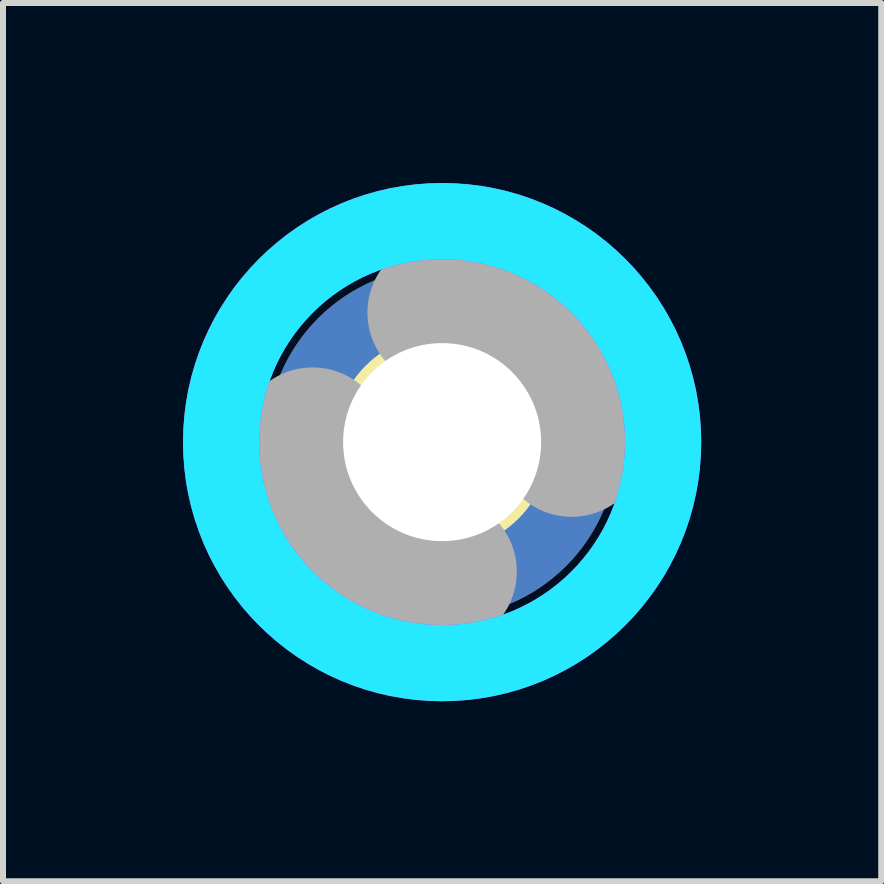
<source format=kicad_pcb>
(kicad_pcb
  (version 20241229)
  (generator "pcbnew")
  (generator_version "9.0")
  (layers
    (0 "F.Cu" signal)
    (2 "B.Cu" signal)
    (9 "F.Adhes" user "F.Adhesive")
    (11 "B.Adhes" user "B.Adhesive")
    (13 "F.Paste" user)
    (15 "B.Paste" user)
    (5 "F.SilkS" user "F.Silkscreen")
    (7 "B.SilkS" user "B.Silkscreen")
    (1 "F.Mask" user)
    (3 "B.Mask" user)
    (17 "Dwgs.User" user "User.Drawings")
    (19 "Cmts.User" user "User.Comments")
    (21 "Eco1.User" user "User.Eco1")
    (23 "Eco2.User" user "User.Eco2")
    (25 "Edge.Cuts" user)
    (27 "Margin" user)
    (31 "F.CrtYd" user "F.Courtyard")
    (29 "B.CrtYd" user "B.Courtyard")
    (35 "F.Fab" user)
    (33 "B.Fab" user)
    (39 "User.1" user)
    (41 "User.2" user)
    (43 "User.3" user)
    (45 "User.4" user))
  (footprint "footprint"
    (layer "F.Cu")
    (at 4.318 4.318)
    (property "Reference" "footprint" (at 0 0 0) (layer "F.SilkS") (effects (font (size 1.27 1.27) (thickness 0.15))))
    (fp_circle (center 0 0) (end 1.7 0) (stroke (width 0.203) (type solid)) (fill no) (layer "F.SilkS"))
    (fp_circle (center 0 0) (end 3.429 0) (stroke (width 0.152) (type solid)) (fill no) (layer "F.SilkS"))
    (fp_circle (center 0 0) (end 3.683 0) (stroke (width 1.27) (type solid)) (fill no) (layer "B.CrtYd"))
    (fp_circle (center 0 0) (end 3.683 0) (stroke (width 1.27) (type solid)) (fill no) (layer "F.CrtYd"))
    (fp_arc (start 0 -2.159) (mid 1.526644 -1.526644) (end 2.159 0) (stroke (width 2.4892) (type solid)) (layer "F.Fab"))
    (fp_arc (start 0 2.159) (mid -1.526644 1.526644) (end -2.159 0) (stroke (width 2.4892) (type solid)) (layer "F.Fab"))
    (fp_circle (center 0 0) (end 0.762 0) (stroke (width 0.457) (type solid)) (fill no) (layer "F.Fab"))
    (pad "B3,3" thru_hole circle (at 0 0) (size 5.842 5.842) (drill 3.3) (layers "*.Cu" "*.Mask"))
    (zone (net_name "") (layers "F.Cu" "B.Cu") (hatch edge 0.508) (connect_pads) (min_thickness 0.254) (filled_areas_thickness no) (keepout (tracks allowed) (vias not_allowed) (pads allowed) (copperpour allowed) (footprints allowed)) (placement (enabled no)) (fill) (polygon (pts (xy 8.382 4.318) (xy 8.32 3.612) (xy 8.137 2.928) (xy 7.838 2.286) (xy 7.431 1.706) (xy 6.93 1.205) (xy 6.35 0.798) (xy 5.708 0.499) (xy 5.024 0.316) (xy 4.318 0.254) (xy 3.612 0.316) (xy 2.928 0.499) (xy 2.286 0.798) (xy 1.706 1.205) (xy 1.205 1.706) (xy 0.798 2.286) (xy 0.499 2.928) (xy 0.316 3.612) (xy 0.254 4.318) (xy 0.316 5.024) (xy 0.499 5.708) (xy 0.798 6.35) (xy 1.205 6.93) (xy 1.706 7.431) (xy 2.286 7.838) (xy 2.928 8.137) (xy 3.612 8.32) (xy 4.318 8.382) (xy 5.024 8.32) (xy 5.708 8.137) (xy 6.35 7.838) (xy 6.93 7.431) (xy 7.431 6.93) (xy 7.838 6.35) (xy 8.137 5.708) (xy 8.32 5.024))) (polygon (pts (xy 7.366 4.318) (xy 7.32 3.789) (xy 7.182 3.276) (xy 6.958 2.794) (xy 6.653 2.359) (xy 6.277 1.983) (xy 5.842 1.678) (xy 5.36 1.454) (xy 4.847 1.316) (xy 4.318 1.27) (xy 3.789 1.316) (xy 3.276 1.454) (xy 2.794 1.678) (xy 2.359 1.983) (xy 1.983 2.359) (xy 1.678 2.794) (xy 1.454 3.276) (xy 1.316 3.789) (xy 1.27 4.318) (xy 1.316 4.847) (xy 1.454 5.36) (xy 1.678 5.842) (xy 1.983 6.277) (xy 2.359 6.653) (xy 2.794 6.958) (xy 3.276 7.182) (xy 3.789 7.32) (xy 4.318 7.366) (xy 4.847 7.32) (xy 5.36 7.182) (xy 5.842 6.958) (xy 6.277 6.653) (xy 6.653 6.277) (xy 6.958 5.842) (xy 7.182 5.36) (xy 7.32 4.847)))))
  (gr_rect
    (start -3 -3)
    (end 11.636 11.636)
    (stroke (width 0.1) (type default))
    (fill no)
    (layer "Edge.Cuts")))
</source>
